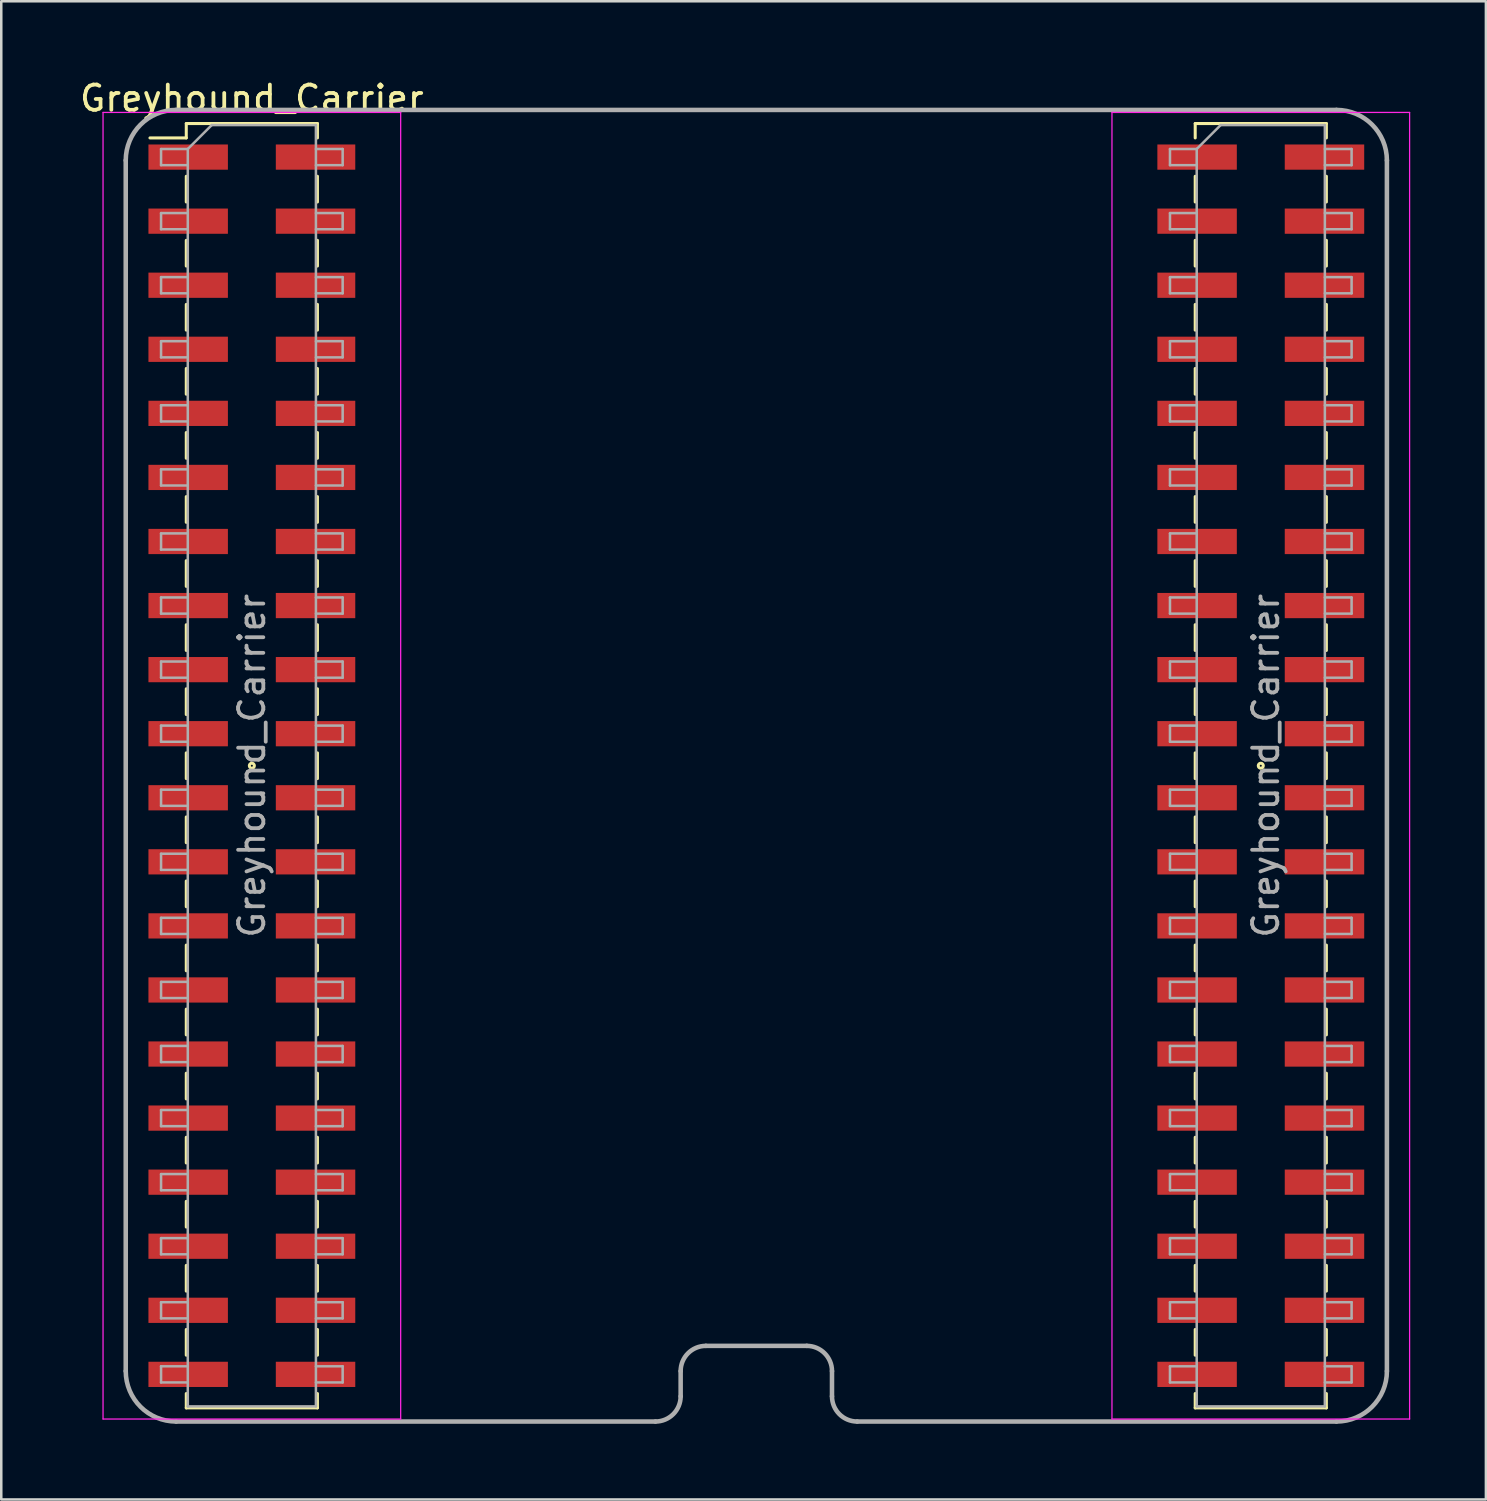
<source format=kicad_pcb>
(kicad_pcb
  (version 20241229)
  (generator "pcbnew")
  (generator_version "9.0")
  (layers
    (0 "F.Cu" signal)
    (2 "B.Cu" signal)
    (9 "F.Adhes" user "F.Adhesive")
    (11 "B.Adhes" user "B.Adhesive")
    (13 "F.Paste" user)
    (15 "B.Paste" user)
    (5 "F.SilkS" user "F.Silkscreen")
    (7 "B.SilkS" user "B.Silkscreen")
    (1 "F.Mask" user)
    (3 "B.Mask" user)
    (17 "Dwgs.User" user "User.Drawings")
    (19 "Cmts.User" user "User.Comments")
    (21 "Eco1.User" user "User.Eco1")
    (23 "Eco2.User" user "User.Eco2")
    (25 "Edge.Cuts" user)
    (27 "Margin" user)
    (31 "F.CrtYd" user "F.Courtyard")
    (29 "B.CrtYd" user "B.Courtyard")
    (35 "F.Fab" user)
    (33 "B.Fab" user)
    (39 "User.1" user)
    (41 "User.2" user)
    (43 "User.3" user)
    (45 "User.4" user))
  (footprint "Greyhound_Carrier"
    (layer "F.Cu")
    (at 26.935 27.308)
    (property "Reference" "Greyhound_Carrier" (at -20 -26.46 0) (layer "F.SilkS") (effects (font (size 1 1) (thickness 0.15))))
    (attr smd)
    (fp_line (start -24.04 -24.89) (end -22.6 -24.89) (stroke (width 0.12) (type solid)) (layer "F.SilkS"))
    (fp_line (start -22.6 -25.46) (end -22.6 -24.89) (stroke (width 0.12) (type solid)) (layer "F.SilkS"))
    (fp_line (start -22.6 -25.46) (end -17.4 -25.46) (stroke (width 0.12) (type solid)) (layer "F.SilkS"))
    (fp_line (start -22.6 -23.37) (end -22.6 -22.35) (stroke (width 0.12) (type solid)) (layer "F.SilkS"))
    (fp_line (start -22.6 -20.83) (end -22.6 -19.81) (stroke (width 0.12) (type solid)) (layer "F.SilkS"))
    (fp_line (start -22.6 -18.29) (end -22.6 -17.27) (stroke (width 0.12) (type solid)) (layer "F.SilkS"))
    (fp_line (start -22.6 -15.75) (end -22.6 -14.73) (stroke (width 0.12) (type solid)) (layer "F.SilkS"))
    (fp_line (start -22.6 -13.21) (end -22.6 -12.19) (stroke (width 0.12) (type solid)) (layer "F.SilkS"))
    (fp_line (start -22.6 -10.67) (end -22.6 -9.65) (stroke (width 0.12) (type solid)) (layer "F.SilkS"))
    (fp_line (start -22.6 -8.13) (end -22.6 -7.11) (stroke (width 0.12) (type solid)) (layer "F.SilkS"))
    (fp_line (start -22.6 -5.59) (end -22.6 -4.57) (stroke (width 0.12) (type solid)) (layer "F.SilkS"))
    (fp_line (start -22.6 -3.05) (end -22.6 -2.03) (stroke (width 0.12) (type solid)) (layer "F.SilkS"))
    (fp_line (start -22.6 -0.51) (end -22.6 0.51) (stroke (width 0.12) (type solid)) (layer "F.SilkS"))
    (fp_line (start -22.6 2.03) (end -22.6 3.05) (stroke (width 0.12) (type solid)) (layer "F.SilkS"))
    (fp_line (start -22.6 4.57) (end -22.6 5.59) (stroke (width 0.12) (type solid)) (layer "F.SilkS"))
    (fp_line (start -22.6 7.11) (end -22.6 8.13) (stroke (width 0.12) (type solid)) (layer "F.SilkS"))
    (fp_line (start -22.6 9.65) (end -22.6 10.67) (stroke (width 0.12) (type solid)) (layer "F.SilkS"))
    (fp_line (start -22.6 12.19) (end -22.6 13.21) (stroke (width 0.12) (type solid)) (layer "F.SilkS"))
    (fp_line (start -22.6 14.73) (end -22.6 15.75) (stroke (width 0.12) (type solid)) (layer "F.SilkS"))
    (fp_line (start -22.6 17.27) (end -22.6 18.29) (stroke (width 0.12) (type solid)) (layer "F.SilkS"))
    (fp_line (start -22.6 19.81) (end -22.6 20.83) (stroke (width 0.12) (type solid)) (layer "F.SilkS"))
    (fp_line (start -22.6 22.35) (end -22.6 23.37) (stroke (width 0.12) (type solid)) (layer "F.SilkS"))
    (fp_line (start -22.6 24.89) (end -22.6 25.46) (stroke (width 0.12) (type solid)) (layer "F.SilkS"))
    (fp_line (start -22.6 25.46) (end -17.4 25.46) (stroke (width 0.12) (type solid)) (layer "F.SilkS"))
    (fp_line (start -17.4 -25.46) (end -17.4 -24.89) (stroke (width 0.12) (type solid)) (layer "F.SilkS"))
    (fp_line (start -17.4 -23.37) (end -17.4 -22.35) (stroke (width 0.12) (type solid)) (layer "F.SilkS"))
    (fp_line (start -17.4 -20.83) (end -17.4 -19.81) (stroke (width 0.12) (type solid)) (layer "F.SilkS"))
    (fp_line (start -17.4 -18.29) (end -17.4 -17.27) (stroke (width 0.12) (type solid)) (layer "F.SilkS"))
    (fp_line (start -17.4 -15.75) (end -17.4 -14.73) (stroke (width 0.12) (type solid)) (layer "F.SilkS"))
    (fp_line (start -17.4 -13.21) (end -17.4 -12.19) (stroke (width 0.12) (type solid)) (layer "F.SilkS"))
    (fp_line (start -17.4 -10.67) (end -17.4 -9.65) (stroke (width 0.12) (type solid)) (layer "F.SilkS"))
    (fp_line (start -17.4 -8.13) (end -17.4 -7.11) (stroke (width 0.12) (type solid)) (layer "F.SilkS"))
    (fp_line (start -17.4 -5.59) (end -17.4 -4.57) (stroke (width 0.12) (type solid)) (layer "F.SilkS"))
    (fp_line (start -17.4 -3.05) (end -17.4 -2.03) (stroke (width 0.12) (type solid)) (layer "F.SilkS"))
    (fp_line (start -17.4 -0.51) (end -17.4 0.51) (stroke (width 0.12) (type solid)) (layer "F.SilkS"))
    (fp_line (start -17.4 2.03) (end -17.4 3.05) (stroke (width 0.12) (type solid)) (layer "F.SilkS"))
    (fp_line (start -17.4 4.57) (end -17.4 5.59) (stroke (width 0.12) (type solid)) (layer "F.SilkS"))
    (fp_line (start -17.4 7.11) (end -17.4 8.13) (stroke (width 0.12) (type solid)) (layer "F.SilkS"))
    (fp_line (start -17.4 9.65) (end -17.4 10.67) (stroke (width 0.12) (type solid)) (layer "F.SilkS"))
    (fp_line (start -17.4 12.19) (end -17.4 13.21) (stroke (width 0.12) (type solid)) (layer "F.SilkS"))
    (fp_line (start -17.4 14.73) (end -17.4 15.75) (stroke (width 0.12) (type solid)) (layer "F.SilkS"))
    (fp_line (start -17.4 17.27) (end -17.4 18.29) (stroke (width 0.12) (type solid)) (layer "F.SilkS"))
    (fp_line (start -17.4 19.81) (end -17.4 20.83) (stroke (width 0.12) (type solid)) (layer "F.SilkS"))
    (fp_line (start -17.4 22.35) (end -17.4 23.37) (stroke (width 0.12) (type solid)) (layer "F.SilkS"))
    (fp_line (start -17.4 24.89) (end -17.4 25.46) (stroke (width 0.12) (type solid)) (layer "F.SilkS"))
    (fp_line (start 17.4 -25.46) (end 17.4 -24.89) (stroke (width 0.12) (type solid)) (layer "F.SilkS"))
    (fp_line (start 17.4 -25.46) (end 22.6 -25.46) (stroke (width 0.12) (type solid)) (layer "F.SilkS"))
    (fp_line (start 17.4 -23.37) (end 17.4 -22.35) (stroke (width 0.12) (type solid)) (layer "F.SilkS"))
    (fp_line (start 17.4 -20.83) (end 17.4 -19.81) (stroke (width 0.12) (type solid)) (layer "F.SilkS"))
    (fp_line (start 17.4 -18.29) (end 17.4 -17.27) (stroke (width 0.12) (type solid)) (layer "F.SilkS"))
    (fp_line (start 17.4 -15.75) (end 17.4 -14.73) (stroke (width 0.12) (type solid)) (layer "F.SilkS"))
    (fp_line (start 17.4 -13.21) (end 17.4 -12.19) (stroke (width 0.12) (type solid)) (layer "F.SilkS"))
    (fp_line (start 17.4 -10.67) (end 17.4 -9.65) (stroke (width 0.12) (type solid)) (layer "F.SilkS"))
    (fp_line (start 17.4 -8.13) (end 17.4 -7.11) (stroke (width 0.12) (type solid)) (layer "F.SilkS"))
    (fp_line (start 17.4 -5.59) (end 17.4 -4.57) (stroke (width 0.12) (type solid)) (layer "F.SilkS"))
    (fp_line (start 17.4 -3.05) (end 17.4 -2.03) (stroke (width 0.12) (type solid)) (layer "F.SilkS"))
    (fp_line (start 17.4 -0.51) (end 17.4 0.51) (stroke (width 0.12) (type solid)) (layer "F.SilkS"))
    (fp_line (start 17.4 2.03) (end 17.4 3.05) (stroke (width 0.12) (type solid)) (layer "F.SilkS"))
    (fp_line (start 17.4 4.57) (end 17.4 5.59) (stroke (width 0.12) (type solid)) (layer "F.SilkS"))
    (fp_line (start 17.4 7.11) (end 17.4 8.13) (stroke (width 0.12) (type solid)) (layer "F.SilkS"))
    (fp_line (start 17.4 9.65) (end 17.4 10.67) (stroke (width 0.12) (type solid)) (layer "F.SilkS"))
    (fp_line (start 17.4 12.19) (end 17.4 13.21) (stroke (width 0.12) (type solid)) (layer "F.SilkS"))
    (fp_line (start 17.4 14.73) (end 17.4 15.75) (stroke (width 0.12) (type solid)) (layer "F.SilkS"))
    (fp_line (start 17.4 17.27) (end 17.4 18.29) (stroke (width 0.12) (type solid)) (layer "F.SilkS"))
    (fp_line (start 17.4 19.81) (end 17.4 20.83) (stroke (width 0.12) (type solid)) (layer "F.SilkS"))
    (fp_line (start 17.4 22.35) (end 17.4 23.37) (stroke (width 0.12) (type solid)) (layer "F.SilkS"))
    (fp_line (start 17.4 24.89) (end 17.4 25.46) (stroke (width 0.12) (type solid)) (layer "F.SilkS"))
    (fp_line (start 17.4 25.46) (end 22.6 25.46) (stroke (width 0.12) (type solid)) (layer "F.SilkS"))
    (fp_line (start 22.6 -25.46) (end 22.6 -24.89) (stroke (width 0.12) (type solid)) (layer "F.SilkS"))
    (fp_line (start 22.6 -23.37) (end 22.6 -22.35) (stroke (width 0.12) (type solid)) (layer "F.SilkS"))
    (fp_line (start 22.6 -20.83) (end 22.6 -19.81) (stroke (width 0.12) (type solid)) (layer "F.SilkS"))
    (fp_line (start 22.6 -18.29) (end 22.6 -17.27) (stroke (width 0.12) (type solid)) (layer "F.SilkS"))
    (fp_line (start 22.6 -15.75) (end 22.6 -14.73) (stroke (width 0.12) (type solid)) (layer "F.SilkS"))
    (fp_line (start 22.6 -13.21) (end 22.6 -12.19) (stroke (width 0.12) (type solid)) (layer "F.SilkS"))
    (fp_line (start 22.6 -10.67) (end 22.6 -9.65) (stroke (width 0.12) (type solid)) (layer "F.SilkS"))
    (fp_line (start 22.6 -8.13) (end 22.6 -7.11) (stroke (width 0.12) (type solid)) (layer "F.SilkS"))
    (fp_line (start 22.6 -5.59) (end 22.6 -4.57) (stroke (width 0.12) (type solid)) (layer "F.SilkS"))
    (fp_line (start 22.6 -3.05) (end 22.6 -2.03) (stroke (width 0.12) (type solid)) (layer "F.SilkS"))
    (fp_line (start 22.6 -0.51) (end 22.6 0.51) (stroke (width 0.12) (type solid)) (layer "F.SilkS"))
    (fp_line (start 22.6 2.03) (end 22.6 3.05) (stroke (width 0.12) (type solid)) (layer "F.SilkS"))
    (fp_line (start 22.6 4.57) (end 22.6 5.59) (stroke (width 0.12) (type solid)) (layer "F.SilkS"))
    (fp_line (start 22.6 7.11) (end 22.6 8.13) (stroke (width 0.12) (type solid)) (layer "F.SilkS"))
    (fp_line (start 22.6 9.65) (end 22.6 10.67) (stroke (width 0.12) (type solid)) (layer "F.SilkS"))
    (fp_line (start 22.6 12.19) (end 22.6 13.21) (stroke (width 0.12) (type solid)) (layer "F.SilkS"))
    (fp_line (start 22.6 14.73) (end 22.6 15.75) (stroke (width 0.12) (type solid)) (layer "F.SilkS"))
    (fp_line (start 22.6 17.27) (end 22.6 18.29) (stroke (width 0.12) (type solid)) (layer "F.SilkS"))
    (fp_line (start 22.6 19.81) (end 22.6 20.83) (stroke (width 0.12) (type solid)) (layer "F.SilkS"))
    (fp_line (start 22.6 22.35) (end 22.6 23.37) (stroke (width 0.12) (type solid)) (layer "F.SilkS"))
    (fp_line (start 22.6 24.89) (end 22.6 25.46) (stroke (width 0.12) (type solid)) (layer "F.SilkS"))
    (fp_circle (center -20 0) (end -19.9 0) (stroke (width 0.12) (type default)) (fill no) (layer "F.SilkS"))
    (fp_circle (center 20 0) (end 20.1 0) (stroke (width 0.12) (type default)) (fill no) (layer "F.SilkS"))
    (fp_line (start -25.9 -25.9) (end -25.9 25.9) (stroke (width 0.05) (type solid)) (layer "F.CrtYd"))
    (fp_line (start -25.9 25.9) (end -14.1 25.9) (stroke (width 0.05) (type solid)) (layer "F.CrtYd"))
    (fp_line (start -14.1 -25.9) (end -25.9 -25.9) (stroke (width 0.05) (type solid)) (layer "F.CrtYd"))
    (fp_line (start -14.1 25.9) (end -14.1 -25.9) (stroke (width 0.05) (type solid)) (layer "F.CrtYd"))
    (fp_line (start 14.1 -25.9) (end 14.1 25.9) (stroke (width 0.05) (type solid)) (layer "F.CrtYd"))
    (fp_line (start 14.1 25.9) (end 25.9 25.9) (stroke (width 0.05) (type solid)) (layer "F.CrtYd"))
    (fp_line (start 25.9 -25.9) (end 14.1 -25.9) (stroke (width 0.05) (type solid)) (layer "F.CrtYd"))
    (fp_line (start 25.9 25.9) (end 25.9 -25.9) (stroke (width 0.05) (type solid)) (layer "F.CrtYd"))
    (fp_line (start -25 24) (end -25 -24) (stroke (width 0.18) (type default)) (layer "F.Fab"))
    (fp_line (start -23.6 -24.45) (end -23.6 -23.81) (stroke (width 0.1) (type solid)) (layer "F.Fab"))
    (fp_line (start -23.6 -23.81) (end -22.54 -23.81) (stroke (width 0.1) (type solid)) (layer "F.Fab"))
    (fp_line (start -23.6 -21.91) (end -23.6 -21.27) (stroke (width 0.1) (type solid)) (layer "F.Fab"))
    (fp_line (start -23.6 -21.27) (end -22.54 -21.27) (stroke (width 0.1) (type solid)) (layer "F.Fab"))
    (fp_line (start -23.6 -19.37) (end -23.6 -18.73) (stroke (width 0.1) (type solid)) (layer "F.Fab"))
    (fp_line (start -23.6 -18.73) (end -22.54 -18.73) (stroke (width 0.1) (type solid)) (layer "F.Fab"))
    (fp_line (start -23.6 -16.83) (end -23.6 -16.19) (stroke (width 0.1) (type solid)) (layer "F.Fab"))
    (fp_line (start -23.6 -16.19) (end -22.54 -16.19) (stroke (width 0.1) (type solid)) (layer "F.Fab"))
    (fp_line (start -23.6 -14.29) (end -23.6 -13.65) (stroke (width 0.1) (type solid)) (layer "F.Fab"))
    (fp_line (start -23.6 -13.65) (end -22.54 -13.65) (stroke (width 0.1) (type solid)) (layer "F.Fab"))
    (fp_line (start -23.6 -11.75) (end -23.6 -11.11) (stroke (width 0.1) (type solid)) (layer "F.Fab"))
    (fp_line (start -23.6 -11.11) (end -22.54 -11.11) (stroke (width 0.1) (type solid)) (layer "F.Fab"))
    (fp_line (start -23.6 -9.21) (end -23.6 -8.57) (stroke (width 0.1) (type solid)) (layer "F.Fab"))
    (fp_line (start -23.6 -8.57) (end -22.54 -8.57) (stroke (width 0.1) (type solid)) (layer "F.Fab"))
    (fp_line (start -23.6 -6.67) (end -23.6 -6.03) (stroke (width 0.1) (type solid)) (layer "F.Fab"))
    (fp_line (start -23.6 -6.03) (end -22.54 -6.03) (stroke (width 0.1) (type solid)) (layer "F.Fab"))
    (fp_line (start -23.6 -4.13) (end -23.6 -3.49) (stroke (width 0.1) (type solid)) (layer "F.Fab"))
    (fp_line (start -23.6 -3.49) (end -22.54 -3.49) (stroke (width 0.1) (type solid)) (layer "F.Fab"))
    (fp_line (start -23.6 -1.59) (end -23.6 -0.95) (stroke (width 0.1) (type solid)) (layer "F.Fab"))
    (fp_line (start -23.6 -0.95) (end -22.54 -0.95) (stroke (width 0.1) (type solid)) (layer "F.Fab"))
    (fp_line (start -23.6 0.95) (end -23.6 1.59) (stroke (width 0.1) (type solid)) (layer "F.Fab"))
    (fp_line (start -23.6 1.59) (end -22.54 1.59) (stroke (width 0.1) (type solid)) (layer "F.Fab"))
    (fp_line (start -23.6 3.49) (end -23.6 4.13) (stroke (width 0.1) (type solid)) (layer "F.Fab"))
    (fp_line (start -23.6 4.13) (end -22.54 4.13) (stroke (width 0.1) (type solid)) (layer "F.Fab"))
    (fp_line (start -23.6 6.03) (end -23.6 6.67) (stroke (width 0.1) (type solid)) (layer "F.Fab"))
    (fp_line (start -23.6 6.67) (end -22.54 6.67) (stroke (width 0.1) (type solid)) (layer "F.Fab"))
    (fp_line (start -23.6 8.57) (end -23.6 9.21) (stroke (width 0.1) (type solid)) (layer "F.Fab"))
    (fp_line (start -23.6 9.21) (end -22.54 9.21) (stroke (width 0.1) (type solid)) (layer "F.Fab"))
    (fp_line (start -23.6 11.11) (end -23.6 11.75) (stroke (width 0.1) (type solid)) (layer "F.Fab"))
    (fp_line (start -23.6 11.75) (end -22.54 11.75) (stroke (width 0.1) (type solid)) (layer "F.Fab"))
    (fp_line (start -23.6 13.65) (end -23.6 14.29) (stroke (width 0.1) (type solid)) (layer "F.Fab"))
    (fp_line (start -23.6 14.29) (end -22.54 14.29) (stroke (width 0.1) (type solid)) (layer "F.Fab"))
    (fp_line (start -23.6 16.19) (end -23.6 16.83) (stroke (width 0.1) (type solid)) (layer "F.Fab"))
    (fp_line (start -23.6 16.83) (end -22.54 16.83) (stroke (width 0.1) (type solid)) (layer "F.Fab"))
    (fp_line (start -23.6 18.73) (end -23.6 19.37) (stroke (width 0.1) (type solid)) (layer "F.Fab"))
    (fp_line (start -23.6 19.37) (end -22.54 19.37) (stroke (width 0.1) (type solid)) (layer "F.Fab"))
    (fp_line (start -23.6 21.27) (end -23.6 21.91) (stroke (width 0.1) (type solid)) (layer "F.Fab"))
    (fp_line (start -23.6 21.91) (end -22.54 21.91) (stroke (width 0.1) (type solid)) (layer "F.Fab"))
    (fp_line (start -23.6 23.81) (end -23.6 24.45) (stroke (width 0.1) (type solid)) (layer "F.Fab"))
    (fp_line (start -23.6 24.45) (end -22.54 24.45) (stroke (width 0.1) (type solid)) (layer "F.Fab"))
    (fp_line (start -23 -26) (end 23 -26) (stroke (width 0.18) (type default)) (layer "F.Fab"))
    (fp_line (start -22.54 -24.45) (end -23.6 -24.45) (stroke (width 0.1) (type solid)) (layer "F.Fab"))
    (fp_line (start -22.54 -24.45) (end -21.59 -25.4) (stroke (width 0.1) (type solid)) (layer "F.Fab"))
    (fp_line (start -22.54 -21.91) (end -23.6 -21.91) (stroke (width 0.1) (type solid)) (layer "F.Fab"))
    (fp_line (start -22.54 -19.37) (end -23.6 -19.37) (stroke (width 0.1) (type solid)) (layer "F.Fab"))
    (fp_line (start -22.54 -16.83) (end -23.6 -16.83) (stroke (width 0.1) (type solid)) (layer "F.Fab"))
    (fp_line (start -22.54 -14.29) (end -23.6 -14.29) (stroke (width 0.1) (type solid)) (layer "F.Fab"))
    (fp_line (start -22.54 -11.75) (end -23.6 -11.75) (stroke (width 0.1) (type solid)) (layer "F.Fab"))
    (fp_line (start -22.54 -9.21) (end -23.6 -9.21) (stroke (width 0.1) (type solid)) (layer "F.Fab"))
    (fp_line (start -22.54 -6.67) (end -23.6 -6.67) (stroke (width 0.1) (type solid)) (layer "F.Fab"))
    (fp_line (start -22.54 -4.13) (end -23.6 -4.13) (stroke (width 0.1) (type solid)) (layer "F.Fab"))
    (fp_line (start -22.54 -1.59) (end -23.6 -1.59) (stroke (width 0.1) (type solid)) (layer "F.Fab"))
    (fp_line (start -22.54 0.95) (end -23.6 0.95) (stroke (width 0.1) (type solid)) (layer "F.Fab"))
    (fp_line (start -22.54 3.49) (end -23.6 3.49) (stroke (width 0.1) (type solid)) (layer "F.Fab"))
    (fp_line (start -22.54 6.03) (end -23.6 6.03) (stroke (width 0.1) (type solid)) (layer "F.Fab"))
    (fp_line (start -22.54 8.57) (end -23.6 8.57) (stroke (width 0.1) (type solid)) (layer "F.Fab"))
    (fp_line (start -22.54 11.11) (end -23.6 11.11) (stroke (width 0.1) (type solid)) (layer "F.Fab"))
    (fp_line (start -22.54 13.65) (end -23.6 13.65) (stroke (width 0.1) (type solid)) (layer "F.Fab"))
    (fp_line (start -22.54 16.19) (end -23.6 16.19) (stroke (width 0.1) (type solid)) (layer "F.Fab"))
    (fp_line (start -22.54 18.73) (end -23.6 18.73) (stroke (width 0.1) (type solid)) (layer "F.Fab"))
    (fp_line (start -22.54 21.27) (end -23.6 21.27) (stroke (width 0.1) (type solid)) (layer "F.Fab"))
    (fp_line (start -22.54 23.81) (end -23.6 23.81) (stroke (width 0.1) (type solid)) (layer "F.Fab"))
    (fp_line (start -22.54 25.4) (end -22.54 -24.45) (stroke (width 0.1) (type solid)) (layer "F.Fab"))
    (fp_line (start -21.59 -25.4) (end -17.46 -25.4) (stroke (width 0.1) (type solid)) (layer "F.Fab"))
    (fp_line (start -17.46 -25.4) (end -17.46 25.4) (stroke (width 0.1) (type solid)) (layer "F.Fab"))
    (fp_line (start -17.46 -24.45) (end -16.4 -24.45) (stroke (width 0.1) (type solid)) (layer "F.Fab"))
    (fp_line (start -17.46 -21.91) (end -16.4 -21.91) (stroke (width 0.1) (type solid)) (layer "F.Fab"))
    (fp_line (start -17.46 -19.37) (end -16.4 -19.37) (stroke (width 0.1) (type solid)) (layer "F.Fab"))
    (fp_line (start -17.46 -16.83) (end -16.4 -16.83) (stroke (width 0.1) (type solid)) (layer "F.Fab"))
    (fp_line (start -17.46 -14.29) (end -16.4 -14.29) (stroke (width 0.1) (type solid)) (layer "F.Fab"))
    (fp_line (start -17.46 -11.75) (end -16.4 -11.75) (stroke (width 0.1) (type solid)) (layer "F.Fab"))
    (fp_line (start -17.46 -9.21) (end -16.4 -9.21) (stroke (width 0.1) (type solid)) (layer "F.Fab"))
    (fp_line (start -17.46 -6.67) (end -16.4 -6.67) (stroke (width 0.1) (type solid)) (layer "F.Fab"))
    (fp_line (start -17.46 -4.13) (end -16.4 -4.13) (stroke (width 0.1) (type solid)) (layer "F.Fab"))
    (fp_line (start -17.46 -1.59) (end -16.4 -1.59) (stroke (width 0.1) (type solid)) (layer "F.Fab"))
    (fp_line (start -17.46 0.95) (end -16.4 0.95) (stroke (width 0.1) (type solid)) (layer "F.Fab"))
    (fp_line (start -17.46 3.49) (end -16.4 3.49) (stroke (width 0.1) (type solid)) (layer "F.Fab"))
    (fp_line (start -17.46 6.03) (end -16.4 6.03) (stroke (width 0.1) (type solid)) (layer "F.Fab"))
    (fp_line (start -17.46 8.57) (end -16.4 8.57) (stroke (width 0.1) (type solid)) (layer "F.Fab"))
    (fp_line (start -17.46 11.11) (end -16.4 11.11) (stroke (width 0.1) (type solid)) (layer "F.Fab"))
    (fp_line (start -17.46 13.65) (end -16.4 13.65) (stroke (width 0.1) (type solid)) (layer "F.Fab"))
    (fp_line (start -17.46 16.19) (end -16.4 16.19) (stroke (width 0.1) (type solid)) (layer "F.Fab"))
    (fp_line (start -17.46 18.73) (end -16.4 18.73) (stroke (width 0.1) (type solid)) (layer "F.Fab"))
    (fp_line (start -17.46 21.27) (end -16.4 21.27) (stroke (width 0.1) (type solid)) (layer "F.Fab"))
    (fp_line (start -17.46 23.81) (end -16.4 23.81) (stroke (width 0.1) (type solid)) (layer "F.Fab"))
    (fp_line (start -17.46 25.4) (end -22.54 25.4) (stroke (width 0.1) (type solid)) (layer "F.Fab"))
    (fp_line (start -16.4 -24.45) (end -16.4 -23.81) (stroke (width 0.1) (type solid)) (layer "F.Fab"))
    (fp_line (start -16.4 -23.81) (end -17.46 -23.81) (stroke (width 0.1) (type solid)) (layer "F.Fab"))
    (fp_line (start -16.4 -21.91) (end -16.4 -21.27) (stroke (width 0.1) (type solid)) (layer "F.Fab"))
    (fp_line (start -16.4 -21.27) (end -17.46 -21.27) (stroke (width 0.1) (type solid)) (layer "F.Fab"))
    (fp_line (start -16.4 -19.37) (end -16.4 -18.73) (stroke (width 0.1) (type solid)) (layer "F.Fab"))
    (fp_line (start -16.4 -18.73) (end -17.46 -18.73) (stroke (width 0.1) (type solid)) (layer "F.Fab"))
    (fp_line (start -16.4 -16.83) (end -16.4 -16.19) (stroke (width 0.1) (type solid)) (layer "F.Fab"))
    (fp_line (start -16.4 -16.19) (end -17.46 -16.19) (stroke (width 0.1) (type solid)) (layer "F.Fab"))
    (fp_line (start -16.4 -14.29) (end -16.4 -13.65) (stroke (width 0.1) (type solid)) (layer "F.Fab"))
    (fp_line (start -16.4 -13.65) (end -17.46 -13.65) (stroke (width 0.1) (type solid)) (layer "F.Fab"))
    (fp_line (start -16.4 -11.75) (end -16.4 -11.11) (stroke (width 0.1) (type solid)) (layer "F.Fab"))
    (fp_line (start -16.4 -11.11) (end -17.46 -11.11) (stroke (width 0.1) (type solid)) (layer "F.Fab"))
    (fp_line (start -16.4 -9.21) (end -16.4 -8.57) (stroke (width 0.1) (type solid)) (layer "F.Fab"))
    (fp_line (start -16.4 -8.57) (end -17.46 -8.57) (stroke (width 0.1) (type solid)) (layer "F.Fab"))
    (fp_line (start -16.4 -6.67) (end -16.4 -6.03) (stroke (width 0.1) (type solid)) (layer "F.Fab"))
    (fp_line (start -16.4 -6.03) (end -17.46 -6.03) (stroke (width 0.1) (type solid)) (layer "F.Fab"))
    (fp_line (start -16.4 -4.13) (end -16.4 -3.49) (stroke (width 0.1) (type solid)) (layer "F.Fab"))
    (fp_line (start -16.4 -3.49) (end -17.46 -3.49) (stroke (width 0.1) (type solid)) (layer "F.Fab"))
    (fp_line (start -16.4 -1.59) (end -16.4 -0.95) (stroke (width 0.1) (type solid)) (layer "F.Fab"))
    (fp_line (start -16.4 -0.95) (end -17.46 -0.95) (stroke (width 0.1) (type solid)) (layer "F.Fab"))
    (fp_line (start -16.4 0.95) (end -16.4 1.59) (stroke (width 0.1) (type solid)) (layer "F.Fab"))
    (fp_line (start -16.4 1.59) (end -17.46 1.59) (stroke (width 0.1) (type solid)) (layer "F.Fab"))
    (fp_line (start -16.4 3.49) (end -16.4 4.13) (stroke (width 0.1) (type solid)) (layer "F.Fab"))
    (fp_line (start -16.4 4.13) (end -17.46 4.13) (stroke (width 0.1) (type solid)) (layer "F.Fab"))
    (fp_line (start -16.4 6.03) (end -16.4 6.67) (stroke (width 0.1) (type solid)) (layer "F.Fab"))
    (fp_line (start -16.4 6.67) (end -17.46 6.67) (stroke (width 0.1) (type solid)) (layer "F.Fab"))
    (fp_line (start -16.4 8.57) (end -16.4 9.21) (stroke (width 0.1) (type solid)) (layer "F.Fab"))
    (fp_line (start -16.4 9.21) (end -17.46 9.21) (stroke (width 0.1) (type solid)) (layer "F.Fab"))
    (fp_line (start -16.4 11.11) (end -16.4 11.75) (stroke (width 0.1) (type solid)) (layer "F.Fab"))
    (fp_line (start -16.4 11.75) (end -17.46 11.75) (stroke (width 0.1) (type solid)) (layer "F.Fab"))
    (fp_line (start -16.4 13.65) (end -16.4 14.29) (stroke (width 0.1) (type solid)) (layer "F.Fab"))
    (fp_line (start -16.4 14.29) (end -17.46 14.29) (stroke (width 0.1) (type solid)) (layer "F.Fab"))
    (fp_line (start -16.4 16.19) (end -16.4 16.83) (stroke (width 0.1) (type solid)) (layer "F.Fab"))
    (fp_line (start -16.4 16.83) (end -17.46 16.83) (stroke (width 0.1) (type solid)) (layer "F.Fab"))
    (fp_line (start -16.4 18.73) (end -16.4 19.37) (stroke (width 0.1) (type solid)) (layer "F.Fab"))
    (fp_line (start -16.4 19.37) (end -17.46 19.37) (stroke (width 0.1) (type solid)) (layer "F.Fab"))
    (fp_line (start -16.4 21.27) (end -16.4 21.91) (stroke (width 0.1) (type solid)) (layer "F.Fab"))
    (fp_line (start -16.4 21.91) (end -17.46 21.91) (stroke (width 0.1) (type solid)) (layer "F.Fab"))
    (fp_line (start -16.4 23.81) (end -16.4 24.45) (stroke (width 0.1) (type solid)) (layer "F.Fab"))
    (fp_line (start -16.4 24.45) (end -17.46 24.45) (stroke (width 0.1) (type solid)) (layer "F.Fab"))
    (fp_line (start -4 26) (end -23 26) (stroke (width 0.18) (type default)) (layer "F.Fab"))
    (fp_line (start -3 25) (end -3 24) (stroke (width 0.18) (type default)) (layer "F.Fab"))
    (fp_line (start -2 23) (end 2 23) (stroke (width 0.18) (type default)) (layer "F.Fab"))
    (fp_line (start 3 24) (end 3 25) (stroke (width 0.18) (type default)) (layer "F.Fab"))
    (fp_line (start 16.4 -24.45) (end 16.4 -23.81) (stroke (width 0.1) (type solid)) (layer "F.Fab"))
    (fp_line (start 16.4 -23.81) (end 17.46 -23.81) (stroke (width 0.1) (type solid)) (layer "F.Fab"))
    (fp_line (start 16.4 -21.91) (end 16.4 -21.27) (stroke (width 0.1) (type solid)) (layer "F.Fab"))
    (fp_line (start 16.4 -21.27) (end 17.46 -21.27) (stroke (width 0.1) (type solid)) (layer "F.Fab"))
    (fp_line (start 16.4 -19.37) (end 16.4 -18.73) (stroke (width 0.1) (type solid)) (layer "F.Fab"))
    (fp_line (start 16.4 -18.73) (end 17.46 -18.73) (stroke (width 0.1) (type solid)) (layer "F.Fab"))
    (fp_line (start 16.4 -16.83) (end 16.4 -16.19) (stroke (width 0.1) (type solid)) (layer "F.Fab"))
    (fp_line (start 16.4 -16.19) (end 17.46 -16.19) (stroke (width 0.1) (type solid)) (layer "F.Fab"))
    (fp_line (start 16.4 -14.29) (end 16.4 -13.65) (stroke (width 0.1) (type solid)) (layer "F.Fab"))
    (fp_line (start 16.4 -13.65) (end 17.46 -13.65) (stroke (width 0.1) (type solid)) (layer "F.Fab"))
    (fp_line (start 16.4 -11.75) (end 16.4 -11.11) (stroke (width 0.1) (type solid)) (layer "F.Fab"))
    (fp_line (start 16.4 -11.11) (end 17.46 -11.11) (stroke (width 0.1) (type solid)) (layer "F.Fab"))
    (fp_line (start 16.4 -9.21) (end 16.4 -8.57) (stroke (width 0.1) (type solid)) (layer "F.Fab"))
    (fp_line (start 16.4 -8.57) (end 17.46 -8.57) (stroke (width 0.1) (type solid)) (layer "F.Fab"))
    (fp_line (start 16.4 -6.67) (end 16.4 -6.03) (stroke (width 0.1) (type solid)) (layer "F.Fab"))
    (fp_line (start 16.4 -6.03) (end 17.46 -6.03) (stroke (width 0.1) (type solid)) (layer "F.Fab"))
    (fp_line (start 16.4 -4.13) (end 16.4 -3.49) (stroke (width 0.1) (type solid)) (layer "F.Fab"))
    (fp_line (start 16.4 -3.49) (end 17.46 -3.49) (stroke (width 0.1) (type solid)) (layer "F.Fab"))
    (fp_line (start 16.4 -1.59) (end 16.4 -0.95) (stroke (width 0.1) (type solid)) (layer "F.Fab"))
    (fp_line (start 16.4 -0.95) (end 17.46 -0.95) (stroke (width 0.1) (type solid)) (layer "F.Fab"))
    (fp_line (start 16.4 0.95) (end 16.4 1.59) (stroke (width 0.1) (type solid)) (layer "F.Fab"))
    (fp_line (start 16.4 1.59) (end 17.46 1.59) (stroke (width 0.1) (type solid)) (layer "F.Fab"))
    (fp_line (start 16.4 3.49) (end 16.4 4.13) (stroke (width 0.1) (type solid)) (layer "F.Fab"))
    (fp_line (start 16.4 4.13) (end 17.46 4.13) (stroke (width 0.1) (type solid)) (layer "F.Fab"))
    (fp_line (start 16.4 6.03) (end 16.4 6.67) (stroke (width 0.1) (type solid)) (layer "F.Fab"))
    (fp_line (start 16.4 6.67) (end 17.46 6.67) (stroke (width 0.1) (type solid)) (layer "F.Fab"))
    (fp_line (start 16.4 8.57) (end 16.4 9.21) (stroke (width 0.1) (type solid)) (layer "F.Fab"))
    (fp_line (start 16.4 9.21) (end 17.46 9.21) (stroke (width 0.1) (type solid)) (layer "F.Fab"))
    (fp_line (start 16.4 11.11) (end 16.4 11.75) (stroke (width 0.1) (type solid)) (layer "F.Fab"))
    (fp_line (start 16.4 11.75) (end 17.46 11.75) (stroke (width 0.1) (type solid)) (layer "F.Fab"))
    (fp_line (start 16.4 13.65) (end 16.4 14.29) (stroke (width 0.1) (type solid)) (layer "F.Fab"))
    (fp_line (start 16.4 14.29) (end 17.46 14.29) (stroke (width 0.1) (type solid)) (layer "F.Fab"))
    (fp_line (start 16.4 16.19) (end 16.4 16.83) (stroke (width 0.1) (type solid)) (layer "F.Fab"))
    (fp_line (start 16.4 16.83) (end 17.46 16.83) (stroke (width 0.1) (type solid)) (layer "F.Fab"))
    (fp_line (start 16.4 18.73) (end 16.4 19.37) (stroke (width 0.1) (type solid)) (layer "F.Fab"))
    (fp_line (start 16.4 19.37) (end 17.46 19.37) (stroke (width 0.1) (type solid)) (layer "F.Fab"))
    (fp_line (start 16.4 21.27) (end 16.4 21.91) (stroke (width 0.1) (type solid)) (layer "F.Fab"))
    (fp_line (start 16.4 21.91) (end 17.46 21.91) (stroke (width 0.1) (type solid)) (layer "F.Fab"))
    (fp_line (start 16.4 23.81) (end 16.4 24.45) (stroke (width 0.1) (type solid)) (layer "F.Fab"))
    (fp_line (start 16.4 24.45) (end 17.46 24.45) (stroke (width 0.1) (type solid)) (layer "F.Fab"))
    (fp_line (start 17.46 -24.45) (end 16.4 -24.45) (stroke (width 0.1) (type solid)) (layer "F.Fab"))
    (fp_line (start 17.46 -24.45) (end 18.41 -25.4) (stroke (width 0.1) (type solid)) (layer "F.Fab"))
    (fp_line (start 17.46 -21.91) (end 16.4 -21.91) (stroke (width 0.1) (type solid)) (layer "F.Fab"))
    (fp_line (start 17.46 -19.37) (end 16.4 -19.37) (stroke (width 0.1) (type solid)) (layer "F.Fab"))
    (fp_line (start 17.46 -16.83) (end 16.4 -16.83) (stroke (width 0.1) (type solid)) (layer "F.Fab"))
    (fp_line (start 17.46 -14.29) (end 16.4 -14.29) (stroke (width 0.1) (type solid)) (layer "F.Fab"))
    (fp_line (start 17.46 -11.75) (end 16.4 -11.75) (stroke (width 0.1) (type solid)) (layer "F.Fab"))
    (fp_line (start 17.46 -9.21) (end 16.4 -9.21) (stroke (width 0.1) (type solid)) (layer "F.Fab"))
    (fp_line (start 17.46 -6.67) (end 16.4 -6.67) (stroke (width 0.1) (type solid)) (layer "F.Fab"))
    (fp_line (start 17.46 -4.13) (end 16.4 -4.13) (stroke (width 0.1) (type solid)) (layer "F.Fab"))
    (fp_line (start 17.46 -1.59) (end 16.4 -1.59) (stroke (width 0.1) (type solid)) (layer "F.Fab"))
    (fp_line (start 17.46 0.95) (end 16.4 0.95) (stroke (width 0.1) (type solid)) (layer "F.Fab"))
    (fp_line (start 17.46 3.49) (end 16.4 3.49) (stroke (width 0.1) (type solid)) (layer "F.Fab"))
    (fp_line (start 17.46 6.03) (end 16.4 6.03) (stroke (width 0.1) (type solid)) (layer "F.Fab"))
    (fp_line (start 17.46 8.57) (end 16.4 8.57) (stroke (width 0.1) (type solid)) (layer "F.Fab"))
    (fp_line (start 17.46 11.11) (end 16.4 11.11) (stroke (width 0.1) (type solid)) (layer "F.Fab"))
    (fp_line (start 17.46 13.65) (end 16.4 13.65) (stroke (width 0.1) (type solid)) (layer "F.Fab"))
    (fp_line (start 17.46 16.19) (end 16.4 16.19) (stroke (width 0.1) (type solid)) (layer "F.Fab"))
    (fp_line (start 17.46 18.73) (end 16.4 18.73) (stroke (width 0.1) (type solid)) (layer "F.Fab"))
    (fp_line (start 17.46 21.27) (end 16.4 21.27) (stroke (width 0.1) (type solid)) (layer "F.Fab"))
    (fp_line (start 17.46 23.81) (end 16.4 23.81) (stroke (width 0.1) (type solid)) (layer "F.Fab"))
    (fp_line (start 17.46 25.4) (end 17.46 -24.45) (stroke (width 0.1) (type solid)) (layer "F.Fab"))
    (fp_line (start 18.41 -25.4) (end 22.54 -25.4) (stroke (width 0.1) (type solid)) (layer "F.Fab"))
    (fp_line (start 22.54 -25.4) (end 22.54 25.4) (stroke (width 0.1) (type solid)) (layer "F.Fab"))
    (fp_line (start 22.54 -24.45) (end 23.6 -24.45) (stroke (width 0.1) (type solid)) (layer "F.Fab"))
    (fp_line (start 22.54 -21.91) (end 23.6 -21.91) (stroke (width 0.1) (type solid)) (layer "F.Fab"))
    (fp_line (start 22.54 -19.37) (end 23.6 -19.37) (stroke (width 0.1) (type solid)) (layer "F.Fab"))
    (fp_line (start 22.54 -16.83) (end 23.6 -16.83) (stroke (width 0.1) (type solid)) (layer "F.Fab"))
    (fp_line (start 22.54 -14.29) (end 23.6 -14.29) (stroke (width 0.1) (type solid)) (layer "F.Fab"))
    (fp_line (start 22.54 -11.75) (end 23.6 -11.75) (stroke (width 0.1) (type solid)) (layer "F.Fab"))
    (fp_line (start 22.54 -9.21) (end 23.6 -9.21) (stroke (width 0.1) (type solid)) (layer "F.Fab"))
    (fp_line (start 22.54 -6.67) (end 23.6 -6.67) (stroke (width 0.1) (type solid)) (layer "F.Fab"))
    (fp_line (start 22.54 -4.13) (end 23.6 -4.13) (stroke (width 0.1) (type solid)) (layer "F.Fab"))
    (fp_line (start 22.54 -1.59) (end 23.6 -1.59) (stroke (width 0.1) (type solid)) (layer "F.Fab"))
    (fp_line (start 22.54 0.95) (end 23.6 0.95) (stroke (width 0.1) (type solid)) (layer "F.Fab"))
    (fp_line (start 22.54 3.49) (end 23.6 3.49) (stroke (width 0.1) (type solid)) (layer "F.Fab"))
    (fp_line (start 22.54 6.03) (end 23.6 6.03) (stroke (width 0.1) (type solid)) (layer "F.Fab"))
    (fp_line (start 22.54 8.57) (end 23.6 8.57) (stroke (width 0.1) (type solid)) (layer "F.Fab"))
    (fp_line (start 22.54 11.11) (end 23.6 11.11) (stroke (width 0.1) (type solid)) (layer "F.Fab"))
    (fp_line (start 22.54 13.65) (end 23.6 13.65) (stroke (width 0.1) (type solid)) (layer "F.Fab"))
    (fp_line (start 22.54 16.19) (end 23.6 16.19) (stroke (width 0.1) (type solid)) (layer "F.Fab"))
    (fp_line (start 22.54 18.73) (end 23.6 18.73) (stroke (width 0.1) (type solid)) (layer "F.Fab"))
    (fp_line (start 22.54 21.27) (end 23.6 21.27) (stroke (width 0.1) (type solid)) (layer "F.Fab"))
    (fp_line (start 22.54 23.81) (end 23.6 23.81) (stroke (width 0.1) (type solid)) (layer "F.Fab"))
    (fp_line (start 22.54 25.4) (end 17.46 25.4) (stroke (width 0.1) (type solid)) (layer "F.Fab"))
    (fp_line (start 23 26) (end 4 26) (stroke (width 0.18) (type default)) (layer "F.Fab"))
    (fp_line (start 23.6 -24.45) (end 23.6 -23.81) (stroke (width 0.1) (type solid)) (layer "F.Fab"))
    (fp_line (start 23.6 -23.81) (end 22.54 -23.81) (stroke (width 0.1) (type solid)) (layer "F.Fab"))
    (fp_line (start 23.6 -21.91) (end 23.6 -21.27) (stroke (width 0.1) (type solid)) (layer "F.Fab"))
    (fp_line (start 23.6 -21.27) (end 22.54 -21.27) (stroke (width 0.1) (type solid)) (layer "F.Fab"))
    (fp_line (start 23.6 -19.37) (end 23.6 -18.73) (stroke (width 0.1) (type solid)) (layer "F.Fab"))
    (fp_line (start 23.6 -18.73) (end 22.54 -18.73) (stroke (width 0.1) (type solid)) (layer "F.Fab"))
    (fp_line (start 23.6 -16.83) (end 23.6 -16.19) (stroke (width 0.1) (type solid)) (layer "F.Fab"))
    (fp_line (start 23.6 -16.19) (end 22.54 -16.19) (stroke (width 0.1) (type solid)) (layer "F.Fab"))
    (fp_line (start 23.6 -14.29) (end 23.6 -13.65) (stroke (width 0.1) (type solid)) (layer "F.Fab"))
    (fp_line (start 23.6 -13.65) (end 22.54 -13.65) (stroke (width 0.1) (type solid)) (layer "F.Fab"))
    (fp_line (start 23.6 -11.75) (end 23.6 -11.11) (stroke (width 0.1) (type solid)) (layer "F.Fab"))
    (fp_line (start 23.6 -11.11) (end 22.54 -11.11) (stroke (width 0.1) (type solid)) (layer "F.Fab"))
    (fp_line (start 23.6 -9.21) (end 23.6 -8.57) (stroke (width 0.1) (type solid)) (layer "F.Fab"))
    (fp_line (start 23.6 -8.57) (end 22.54 -8.57) (stroke (width 0.1) (type solid)) (layer "F.Fab"))
    (fp_line (start 23.6 -6.67) (end 23.6 -6.03) (stroke (width 0.1) (type solid)) (layer "F.Fab"))
    (fp_line (start 23.6 -6.03) (end 22.54 -6.03) (stroke (width 0.1) (type solid)) (layer "F.Fab"))
    (fp_line (start 23.6 -4.13) (end 23.6 -3.49) (stroke (width 0.1) (type solid)) (layer "F.Fab"))
    (fp_line (start 23.6 -3.49) (end 22.54 -3.49) (stroke (width 0.1) (type solid)) (layer "F.Fab"))
    (fp_line (start 23.6 -1.59) (end 23.6 -0.95) (stroke (width 0.1) (type solid)) (layer "F.Fab"))
    (fp_line (start 23.6 -0.95) (end 22.54 -0.95) (stroke (width 0.1) (type solid)) (layer "F.Fab"))
    (fp_line (start 23.6 0.95) (end 23.6 1.59) (stroke (width 0.1) (type solid)) (layer "F.Fab"))
    (fp_line (start 23.6 1.59) (end 22.54 1.59) (stroke (width 0.1) (type solid)) (layer "F.Fab"))
    (fp_line (start 23.6 3.49) (end 23.6 4.13) (stroke (width 0.1) (type solid)) (layer "F.Fab"))
    (fp_line (start 23.6 4.13) (end 22.54 4.13) (stroke (width 0.1) (type solid)) (layer "F.Fab"))
    (fp_line (start 23.6 6.03) (end 23.6 6.67) (stroke (width 0.1) (type solid)) (layer "F.Fab"))
    (fp_line (start 23.6 6.67) (end 22.54 6.67) (stroke (width 0.1) (type solid)) (layer "F.Fab"))
    (fp_line (start 23.6 8.57) (end 23.6 9.21) (stroke (width 0.1) (type solid)) (layer "F.Fab"))
    (fp_line (start 23.6 9.21) (end 22.54 9.21) (stroke (width 0.1) (type solid)) (layer "F.Fab"))
    (fp_line (start 23.6 11.11) (end 23.6 11.75) (stroke (width 0.1) (type solid)) (layer "F.Fab"))
    (fp_line (start 23.6 11.75) (end 22.54 11.75) (stroke (width 0.1) (type solid)) (layer "F.Fab"))
    (fp_line (start 23.6 13.65) (end 23.6 14.29) (stroke (width 0.1) (type solid)) (layer "F.Fab"))
    (fp_line (start 23.6 14.29) (end 22.54 14.29) (stroke (width 0.1) (type solid)) (layer "F.Fab"))
    (fp_line (start 23.6 16.19) (end 23.6 16.83) (stroke (width 0.1) (type solid)) (layer "F.Fab"))
    (fp_line (start 23.6 16.83) (end 22.54 16.83) (stroke (width 0.1) (type solid)) (layer "F.Fab"))
    (fp_line (start 23.6 18.73) (end 23.6 19.37) (stroke (width 0.1) (type solid)) (layer "F.Fab"))
    (fp_line (start 23.6 19.37) (end 22.54 19.37) (stroke (width 0.1) (type solid)) (layer "F.Fab"))
    (fp_line (start 23.6 21.27) (end 23.6 21.91) (stroke (width 0.1) (type solid)) (layer "F.Fab"))
    (fp_line (start 23.6 21.91) (end 22.54 21.91) (stroke (width 0.1) (type solid)) (layer "F.Fab"))
    (fp_line (start 23.6 23.81) (end 23.6 24.45) (stroke (width 0.1) (type solid)) (layer "F.Fab"))
    (fp_line (start 23.6 24.45) (end 22.54 24.45) (stroke (width 0.1) (type solid)) (layer "F.Fab"))
    (fp_line (start 25 -24) (end 25 24) (stroke (width 0.18) (type default)) (layer "F.Fab"))
    (fp_arc (start -25 -24) (mid -24.414214 -25.414214) (end -23 -26) (stroke (width 0.18) (type default)) (layer "F.Fab"))
    (fp_arc (start -23 26) (mid -24.414214 25.414214) (end -25 24) (stroke (width 0.18) (type default)) (layer "F.Fab"))
    (fp_arc (start -3 24) (mid -2.707107 23.292892) (end -2 23) (stroke (width 0.18) (type default)) (layer "F.Fab"))
    (fp_arc (start -3 25) (mid -3.292893 25.707107) (end -4 26) (stroke (width 0.18) (type default)) (layer "F.Fab"))
    (fp_arc (start 2 23) (mid 2.707107 23.292893) (end 3 24) (stroke (width 0.18) (type default)) (layer "F.Fab"))
    (fp_arc (start 4 26) (mid 3.292893 25.707107) (end 3 25) (stroke (width 0.18) (type default)) (layer "F.Fab"))
    (fp_arc (start 23 -26) (mid 24.414214 -25.414214) (end 25 -24) (stroke (width 0.18) (type default)) (layer "F.Fab"))
    (fp_arc (start 25 24) (mid 24.414214 25.414214) (end 23 26) (stroke (width 0.18) (type default)) (layer "F.Fab"))
    (fp_text user "${REFERENCE}" (at -20 0 90) (layer "F.Fab") (effects (font (size 1 1) (thickness 0.15))))
    (fp_text user "${REFERENCE}" (at 20.2 0 90) (layer "F.Fab") (effects (font (size 1 1) (thickness 0.15))))
    (pad "A1" smd rect (at -22.525 -24.13) (size 3.15 1) (layers "F.Cu" "F.Mask" "F.Paste"))
    (pad "A2" smd rect (at -17.475 -24.13) (size 3.15 1) (layers "F.Cu" "F.Mask" "F.Paste"))
    (pad "A3" smd rect (at -22.525 -21.59) (size 3.15 1) (layers "F.Cu" "F.Mask" "F.Paste"))
    (pad "A4" smd rect (at -17.475 -21.59) (size 3.15 1) (layers "F.Cu" "F.Mask" "F.Paste"))
    (pad "A5" smd rect (at -22.525 -19.05) (size 3.15 1) (layers "F.Cu" "F.Mask" "F.Paste"))
    (pad "A6" smd rect (at -17.475 -19.05) (size 3.15 1) (layers "F.Cu" "F.Mask" "F.Paste"))
    (pad "A7" smd rect (at -22.525 -16.51) (size 3.15 1) (layers "F.Cu" "F.Mask" "F.Paste"))
    (pad "A8" smd rect (at -17.475 -16.51) (size 3.15 1) (layers "F.Cu" "F.Mask" "F.Paste"))
    (pad "A9" smd rect (at -22.525 -13.97) (size 3.15 1) (layers "F.Cu" "F.Mask" "F.Paste"))
    (pad "A10" smd rect (at -17.475 -13.97) (size 3.15 1) (layers "F.Cu" "F.Mask" "F.Paste"))
    (pad "A11" smd rect (at -22.525 -11.43) (size 3.15 1) (layers "F.Cu" "F.Mask" "F.Paste"))
    (pad "A12" smd rect (at -17.475 -11.43) (size 3.15 1) (layers "F.Cu" "F.Mask" "F.Paste"))
    (pad "A13" smd rect (at -22.525 -8.89) (size 3.15 1) (layers "F.Cu" "F.Mask" "F.Paste"))
    (pad "A14" smd rect (at -17.475 -8.89) (size 3.15 1) (layers "F.Cu" "F.Mask" "F.Paste"))
    (pad "A15" smd rect (at -22.525 -6.35) (size 3.15 1) (layers "F.Cu" "F.Mask" "F.Paste"))
    (pad "A16" smd rect (at -17.475 -6.35) (size 3.15 1) (layers "F.Cu" "F.Mask" "F.Paste"))
    (pad "A17" smd rect (at -22.525 -3.81) (size 3.15 1) (layers "F.Cu" "F.Mask" "F.Paste"))
    (pad "A18" smd rect (at -17.475 -3.81) (size 3.15 1) (layers "F.Cu" "F.Mask" "F.Paste"))
    (pad "A19" smd rect (at -22.525 -1.27) (size 3.15 1) (layers "F.Cu" "F.Mask" "F.Paste"))
    (pad "A20" smd rect (at -17.475 -1.27) (size 3.15 1) (layers "F.Cu" "F.Mask" "F.Paste"))
    (pad "A21" smd rect (at -22.525 1.27) (size 3.15 1) (layers "F.Cu" "F.Mask" "F.Paste"))
    (pad "A22" smd rect (at -17.475 1.27) (size 3.15 1) (layers "F.Cu" "F.Mask" "F.Paste"))
    (pad "A23" smd rect (at -22.525 3.81) (size 3.15 1) (layers "F.Cu" "F.Mask" "F.Paste"))
    (pad "A24" smd rect (at -17.475 3.81) (size 3.15 1) (layers "F.Cu" "F.Mask" "F.Paste"))
    (pad "A25" smd rect (at -22.525 6.35) (size 3.15 1) (layers "F.Cu" "F.Mask" "F.Paste"))
    (pad "A26" smd rect (at -17.475 6.35) (size 3.15 1) (layers "F.Cu" "F.Mask" "F.Paste"))
    (pad "A27" smd rect (at -22.525 8.89) (size 3.15 1) (layers "F.Cu" "F.Mask" "F.Paste"))
    (pad "A28" smd rect (at -17.475 8.89) (size 3.15 1) (layers "F.Cu" "F.Mask" "F.Paste"))
    (pad "A29" smd rect (at -22.525 11.43) (size 3.15 1) (layers "F.Cu" "F.Mask" "F.Paste"))
    (pad "A30" smd rect (at -17.475 11.43) (size 3.15 1) (layers "F.Cu" "F.Mask" "F.Paste"))
    (pad "A31" smd rect (at -22.525 13.97) (size 3.15 1) (layers "F.Cu" "F.Mask" "F.Paste"))
    (pad "A32" smd rect (at -17.475 13.97) (size 3.15 1) (layers "F.Cu" "F.Mask" "F.Paste"))
    (pad "A33" smd rect (at -22.525 16.51) (size 3.15 1) (layers "F.Cu" "F.Mask" "F.Paste"))
    (pad "A34" smd rect (at -17.475 16.51) (size 3.15 1) (layers "F.Cu" "F.Mask" "F.Paste"))
    (pad "A35" smd rect (at -22.525 19.05) (size 3.15 1) (layers "F.Cu" "F.Mask" "F.Paste"))
    (pad "A36" smd rect (at -17.475 19.05) (size 3.15 1) (layers "F.Cu" "F.Mask" "F.Paste"))
    (pad "A37" smd rect (at -22.525 21.59) (size 3.15 1) (layers "F.Cu" "F.Mask" "F.Paste"))
    (pad "A38" smd rect (at -17.475 21.59) (size 3.15 1) (layers "F.Cu" "F.Mask" "F.Paste"))
    (pad "A39" smd rect (at -22.525 24.13) (size 3.15 1) (layers "F.Cu" "F.Mask" "F.Paste"))
    (pad "A40" smd rect (at -17.475 24.13) (size 3.15 1) (layers "F.Cu" "F.Mask" "F.Paste"))
    (pad "B1" smd rect (at 17.475 -24.13) (size 3.15 1) (layers "F.Cu" "F.Mask" "F.Paste"))
    (pad "B2" smd rect (at 22.525 -24.13) (size 3.15 1) (layers "F.Cu" "F.Mask" "F.Paste"))
    (pad "B3" smd rect (at 17.475 -21.59) (size 3.15 1) (layers "F.Cu" "F.Mask" "F.Paste"))
    (pad "B4" smd rect (at 22.525 -21.59) (size 3.15 1) (layers "F.Cu" "F.Mask" "F.Paste"))
    (pad "B5" smd rect (at 17.475 -19.05) (size 3.15 1) (layers "F.Cu" "F.Mask" "F.Paste"))
    (pad "B6" smd rect (at 22.525 -19.05) (size 3.15 1) (layers "F.Cu" "F.Mask" "F.Paste"))
    (pad "B7" smd rect (at 17.475 -16.51) (size 3.15 1) (layers "F.Cu" "F.Mask" "F.Paste"))
    (pad "B8" smd rect (at 22.525 -16.51) (size 3.15 1) (layers "F.Cu" "F.Mask" "F.Paste"))
    (pad "B9" smd rect (at 17.475 -13.97) (size 3.15 1) (layers "F.Cu" "F.Mask" "F.Paste"))
    (pad "B10" smd rect (at 22.525 -13.97) (size 3.15 1) (layers "F.Cu" "F.Mask" "F.Paste"))
    (pad "B11" smd rect (at 17.475 -11.43) (size 3.15 1) (layers "F.Cu" "F.Mask" "F.Paste"))
    (pad "B12" smd rect (at 22.525 -11.43) (size 3.15 1) (layers "F.Cu" "F.Mask" "F.Paste"))
    (pad "B13" smd rect (at 17.475 -8.89) (size 3.15 1) (layers "F.Cu" "F.Mask" "F.Paste"))
    (pad "B14" smd rect (at 22.525 -8.89) (size 3.15 1) (layers "F.Cu" "F.Mask" "F.Paste"))
    (pad "B15" smd rect (at 17.475 -6.35) (size 3.15 1) (layers "F.Cu" "F.Mask" "F.Paste"))
    (pad "B16" smd rect (at 22.525 -6.35) (size 3.15 1) (layers "F.Cu" "F.Mask" "F.Paste"))
    (pad "B17" smd rect (at 17.475 -3.81) (size 3.15 1) (layers "F.Cu" "F.Mask" "F.Paste"))
    (pad "B18" smd rect (at 22.525 -3.81) (size 3.15 1) (layers "F.Cu" "F.Mask" "F.Paste"))
    (pad "B19" smd rect (at 17.475 -1.27) (size 3.15 1) (layers "F.Cu" "F.Mask" "F.Paste"))
    (pad "B20" smd rect (at 22.525 -1.27) (size 3.15 1) (layers "F.Cu" "F.Mask" "F.Paste"))
    (pad "B21" smd rect (at 17.475 1.27) (size 3.15 1) (layers "F.Cu" "F.Mask" "F.Paste"))
    (pad "B22" smd rect (at 22.525 1.27) (size 3.15 1) (layers "F.Cu" "F.Mask" "F.Paste"))
    (pad "B23" smd rect (at 17.475 3.81) (size 3.15 1) (layers "F.Cu" "F.Mask" "F.Paste"))
    (pad "B24" smd rect (at 22.525 3.81) (size 3.15 1) (layers "F.Cu" "F.Mask" "F.Paste"))
    (pad "B25" smd rect (at 17.475 6.35) (size 3.15 1) (layers "F.Cu" "F.Mask" "F.Paste"))
    (pad "B26" smd rect (at 22.525 6.35) (size 3.15 1) (layers "F.Cu" "F.Mask" "F.Paste"))
    (pad "B27" smd rect (at 17.475 8.89) (size 3.15 1) (layers "F.Cu" "F.Mask" "F.Paste"))
    (pad "B28" smd rect (at 22.525 8.89) (size 3.15 1) (layers "F.Cu" "F.Mask" "F.Paste"))
    (pad "B29" smd rect (at 17.475 11.43) (size 3.15 1) (layers "F.Cu" "F.Mask" "F.Paste"))
    (pad "B30" smd rect (at 22.525 11.43) (size 3.15 1) (layers "F.Cu" "F.Mask" "F.Paste"))
    (pad "B31" smd rect (at 17.475 13.97) (size 3.15 1) (layers "F.Cu" "F.Mask" "F.Paste"))
    (pad "B32" smd rect (at 22.525 13.97) (size 3.15 1) (layers "F.Cu" "F.Mask" "F.Paste"))
    (pad "B33" smd rect (at 17.475 16.51) (size 3.15 1) (layers "F.Cu" "F.Mask" "F.Paste"))
    (pad "B34" smd rect (at 22.525 16.51) (size 3.15 1) (layers "F.Cu" "F.Mask" "F.Paste"))
    (pad "B35" smd rect (at 17.475 19.05) (size 3.15 1) (layers "F.Cu" "F.Mask" "F.Paste"))
    (pad "B36" smd rect (at 22.525 19.05) (size 3.15 1) (layers "F.Cu" "F.Mask" "F.Paste"))
    (pad "B37" smd rect (at 17.475 21.59) (size 3.15 1) (layers "F.Cu" "F.Mask" "F.Paste"))
    (pad "B38" smd rect (at 22.525 21.59) (size 3.15 1) (layers "F.Cu" "F.Mask" "F.Paste"))
    (pad "B39" smd rect (at 17.475 24.13) (size 3.15 1) (layers "F.Cu" "F.Mask" "F.Paste"))
    (pad "B40" smd rect (at 22.525 24.13) (size 3.15 1) (layers "F.Cu" "F.Mask" "F.Paste")))
  (gr_rect
    (start -3 -3)
    (end 55.86 56.398)
    (stroke (width 0.1) (type default))
    (fill no)
    (layer "Edge.Cuts")))
</source>
